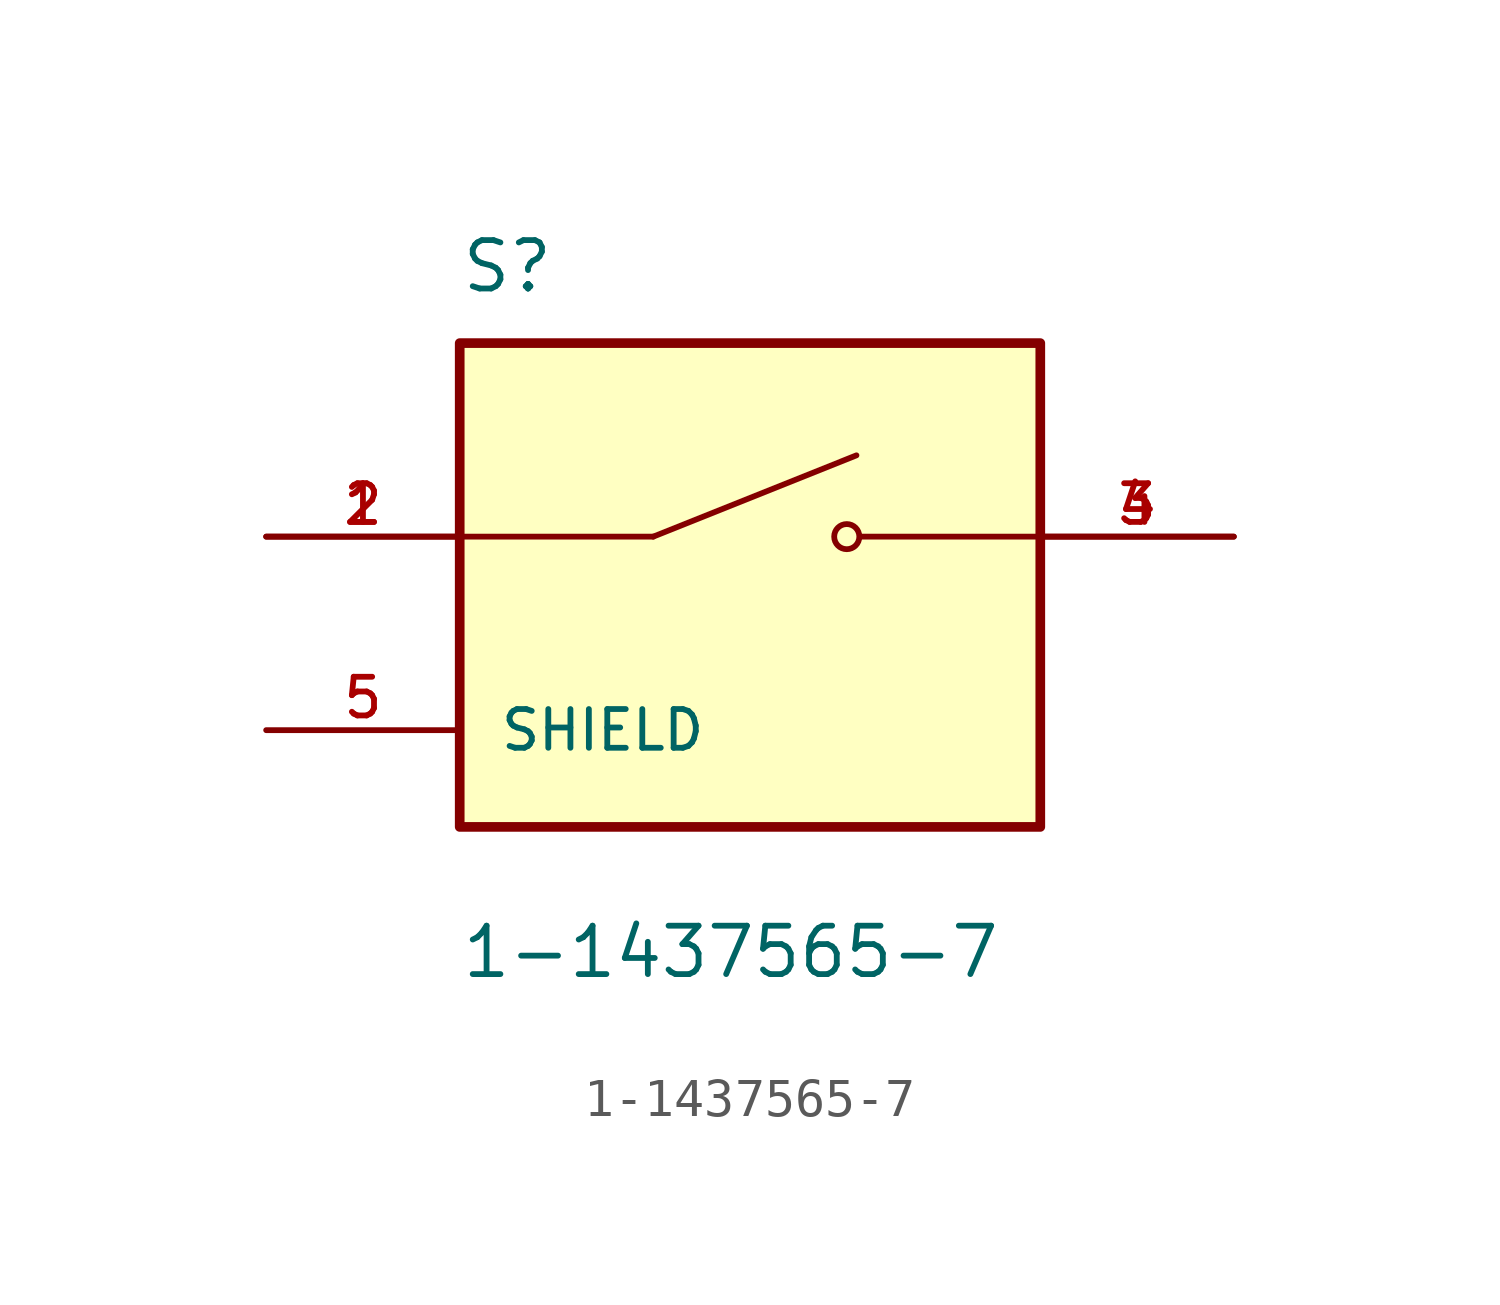
<source format=kicad_sym>
(kicad_symbol_lib
  (version 20211014)
  (generator kicad_symbol_editor)
  (symbol "1-1437565-7"
    (pin_names
      (offset 1.016))
    (property "Reference" "S"
      (at -7.62 6.35 0)
      (effects (font (size 1.27 1.27)) (justify bottom left)))
    (property "Value" "1-1437565-7"
      (at -7.62 -10.16 0.0)
      (effects (font (size 1.27 1.27)) (justify top left)))
    (symbol "1-1437565-7_0_0"
      (polyline (pts (xy -2.54 0.0) (xy 2.794 2.134)) (stroke (width 0.152)))
      (circle (center 2.54 0.0) (radius 0.33) (stroke (width 0.152)) (fill (type none)))
      (polyline (pts (xy 7.62 0.0) (xy 2.921 0.0)) (stroke (width 0.152)))
      (polyline (pts (xy -2.54 0.0) (xy -7.62 0.0)) (stroke (width 0.152)))
      (rectangle (start -7.62 -7.62) (end 7.62 5.08) (stroke (width 0.254)) (fill (type background)))
      (pin passive line (at -12.7 0.0 0) (length 5.08) (name "~" (effects (font (size 1.016 1.016)))) (number "1" (effects (font (size 1.016 1.016)))))
      (pin passive line (at -12.7 0.0 0) (length 5.08) (name "~" (effects (font (size 1.016 1.016)))) (number "2" (effects (font (size 1.016 1.016)))))
      (pin passive line (at 12.7 0.0 180.0) (length 5.08) (name "~" (effects (font (size 1.016 1.016)))) (number "3" (effects (font (size 1.016 1.016)))))
      (pin passive line (at 12.7 0.0 180.0) (length 5.08) (name "~" (effects (font (size 1.016 1.016)))) (number "4" (effects (font (size 1.016 1.016)))))
      (pin passive line (at -12.7 -5.08 0) (length 5.08) (name "SHIELD" (effects (font (size 1.016 1.016)))) (number "5" (effects (font (size 1.016 1.016))))))))
</source>
